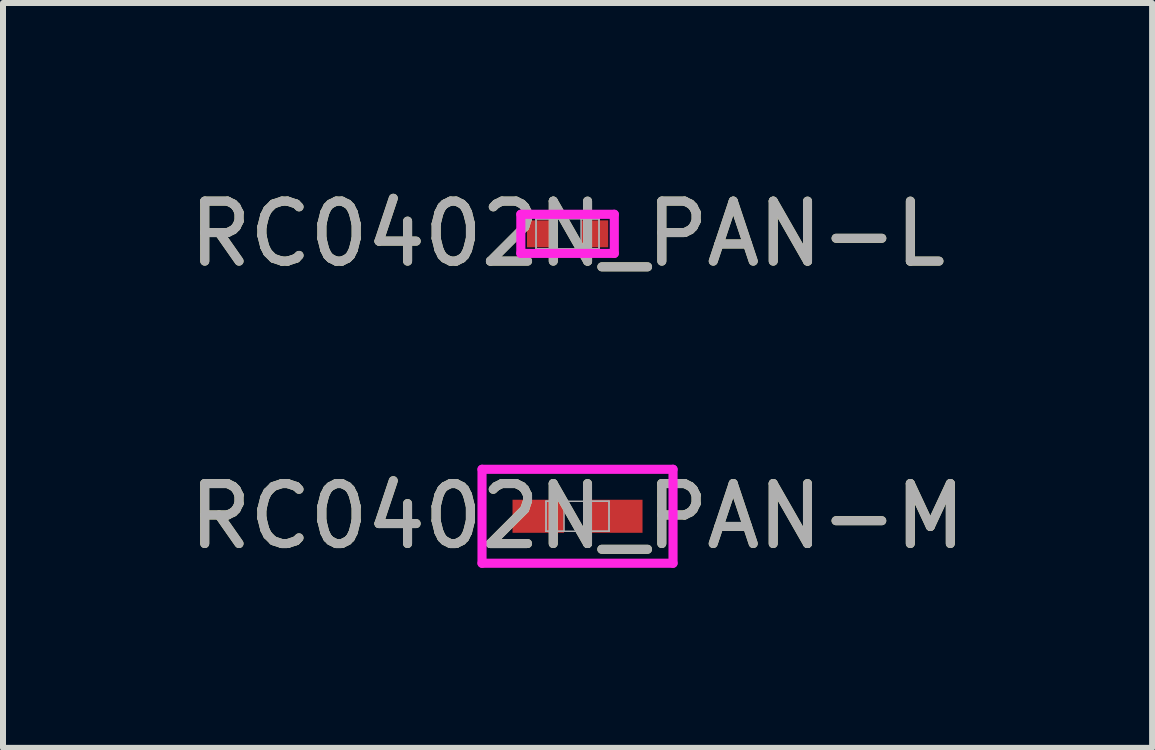
<source format=kicad_pcb>
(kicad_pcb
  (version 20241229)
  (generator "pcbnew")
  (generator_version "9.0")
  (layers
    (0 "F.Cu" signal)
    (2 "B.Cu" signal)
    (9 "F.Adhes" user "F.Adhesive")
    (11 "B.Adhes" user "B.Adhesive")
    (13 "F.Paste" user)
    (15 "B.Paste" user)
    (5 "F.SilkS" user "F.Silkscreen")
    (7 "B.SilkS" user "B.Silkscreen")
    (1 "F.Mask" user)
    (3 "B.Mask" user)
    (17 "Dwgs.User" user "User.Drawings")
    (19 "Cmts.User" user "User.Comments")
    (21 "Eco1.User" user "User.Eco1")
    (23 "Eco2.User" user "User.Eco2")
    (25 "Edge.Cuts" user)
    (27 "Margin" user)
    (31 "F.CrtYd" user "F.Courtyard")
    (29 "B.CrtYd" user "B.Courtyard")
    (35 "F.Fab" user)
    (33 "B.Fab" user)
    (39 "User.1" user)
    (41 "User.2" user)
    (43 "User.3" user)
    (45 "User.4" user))
  (footprint "RC0402N_PAN-M"
    (layer "F.Cu")
    (at 6.577 5.556)
    (property "Reference" "RC0402N_PAN-M" (at 0 0 0) (unlocked yes) (layer "F.SilkS") (effects (font (size 1 1) (thickness 0.15))))
    (attr smd)
    (fp_line (start -1.592 -0.783) (end 1.592 -0.783) (stroke (width 0.152) (type solid)) (layer "F.CrtYd"))
    (fp_line (start -1.592 0.783) (end -1.592 -0.783) (stroke (width 0.152) (type solid)) (layer "F.CrtYd"))
    (fp_line (start 1.592 -0.783) (end 1.592 0.783) (stroke (width 0.152) (type solid)) (layer "F.CrtYd"))
    (fp_line (start 1.592 0.783) (end -1.592 0.783) (stroke (width 0.152) (type solid)) (layer "F.CrtYd"))
    (fp_line (start -0.525 -0.25) (end -0.525 0.25) (stroke (width 0.025) (type solid)) (layer "F.Fab"))
    (fp_line (start -0.525 -0.25) (end -0.525 0.25) (stroke (width 0.025) (type solid)) (layer "F.Fab"))
    (fp_line (start -0.525 0.25) (end -0.225 0.25) (stroke (width 0.025) (type solid)) (layer "F.Fab"))
    (fp_line (start -0.525 0.25) (end 0.525 0.25) (stroke (width 0.025) (type solid)) (layer "F.Fab"))
    (fp_line (start -0.225 -0.25) (end -0.525 -0.25) (stroke (width 0.025) (type solid)) (layer "F.Fab"))
    (fp_line (start -0.225 0.25) (end -0.225 -0.25) (stroke (width 0.025) (type solid)) (layer "F.Fab"))
    (fp_line (start 0.225 -0.25) (end 0.225 0.25) (stroke (width 0.025) (type solid)) (layer "F.Fab"))
    (fp_line (start 0.225 0.25) (end 0.525 0.25) (stroke (width 0.025) (type solid)) (layer "F.Fab"))
    (fp_line (start 0.525 -0.25) (end -0.525 -0.25) (stroke (width 0.025) (type solid)) (layer "F.Fab"))
    (fp_line (start 0.525 -0.25) (end 0.225 -0.25) (stroke (width 0.025) (type solid)) (layer "F.Fab"))
    (fp_line (start 0.525 0.25) (end 0.525 -0.25) (stroke (width 0.025) (type solid)) (layer "F.Fab"))
    (fp_line (start 0.525 0.25) (end 0.525 -0.25) (stroke (width 0.025) (type solid)) (layer "F.Fab"))
    (fp_text user "${REFERENCE}" (at 0 0 0) (unlocked yes) (layer "F.Fab") (effects (font (size 1 1) (thickness 0.15))))
    (pad "1" smd rect (at -0.654 0) (size 0.859 0.551) (layers "F.Cu" "F.Mask" "F.Paste"))
    (pad "2" smd rect (at 0.654 0) (size 0.859 0.551) (layers "F.Cu" "F.Mask" "F.Paste"))
    (zone (net_name "") (layer "F.Cu") (hatch full 0.508) (connect_pads) (min_thickness 0.254) (filled_areas_thickness no) (keepout (tracks not_allowed) (vias not_allowed) (pads allowed) (copperpour not_allowed) (footprints allowed)) (placement (enabled no)) (fill) (polygon (pts (xy 6.403 5.357) (xy 6.752 5.357) (xy 6.752 5.755) (xy 6.403 5.755)))))
  (footprint "RC0402N_PAN-L"
    (layer "F.Cu")
    (at 6.411 0.848)
    (property "Reference" "RC0402N_PAN-L" (at 0 0 0) (unlocked yes) (layer "F.SilkS") (effects (font (size 1 1) (thickness 0.15))))
    (attr smd)
    (fp_line (start -0.779 -0.326) (end 0.779 -0.326) (stroke (width 0.152) (type solid)) (layer "F.CrtYd"))
    (fp_line (start -0.779 0.326) (end -0.779 -0.326) (stroke (width 0.152) (type solid)) (layer "F.CrtYd"))
    (fp_line (start 0.779 -0.326) (end 0.779 0.326) (stroke (width 0.152) (type solid)) (layer "F.CrtYd"))
    (fp_line (start 0.779 0.326) (end -0.779 0.326) (stroke (width 0.152) (type solid)) (layer "F.CrtYd"))
    (fp_line (start -0.525 -0.25) (end -0.525 0.25) (stroke (width 0.025) (type solid)) (layer "F.Fab"))
    (fp_line (start -0.525 -0.25) (end -0.525 0.25) (stroke (width 0.025) (type solid)) (layer "F.Fab"))
    (fp_line (start -0.525 0.25) (end -0.225 0.25) (stroke (width 0.025) (type solid)) (layer "F.Fab"))
    (fp_line (start -0.525 0.25) (end 0.525 0.25) (stroke (width 0.025) (type solid)) (layer "F.Fab"))
    (fp_line (start -0.225 -0.25) (end -0.525 -0.25) (stroke (width 0.025) (type solid)) (layer "F.Fab"))
    (fp_line (start -0.225 0.25) (end -0.225 -0.25) (stroke (width 0.025) (type solid)) (layer "F.Fab"))
    (fp_line (start 0.225 -0.25) (end 0.225 0.25) (stroke (width 0.025) (type solid)) (layer "F.Fab"))
    (fp_line (start 0.225 0.25) (end 0.525 0.25) (stroke (width 0.025) (type solid)) (layer "F.Fab"))
    (fp_line (start 0.525 -0.25) (end -0.525 -0.25) (stroke (width 0.025) (type solid)) (layer "F.Fab"))
    (fp_line (start 0.525 -0.25) (end 0.225 -0.25) (stroke (width 0.025) (type solid)) (layer "F.Fab"))
    (fp_line (start 0.525 0.25) (end 0.525 -0.25) (stroke (width 0.025) (type solid)) (layer "F.Fab"))
    (fp_line (start 0.525 0.25) (end 0.525 -0.25) (stroke (width 0.025) (type solid)) (layer "F.Fab"))
    (fp_text user "${REFERENCE}" (at 0 0 0) (unlocked yes) (layer "F.Fab") (effects (font (size 1 1) (thickness 0.15))))
    (pad "1" smd rect (at -0.451 0) (size 0.452 0.449) (layers "F.Cu" "F.Mask" "F.Paste"))
    (pad "2" smd rect (at 0.451 0) (size 0.452 0.449) (layers "F.Cu" "F.Mask" "F.Paste"))
    (zone (net_name "") (layer "F.Cu") (hatch full 0.508) (connect_pads) (min_thickness 0.254) (filled_areas_thickness no) (keepout (tracks not_allowed) (vias not_allowed) (pads allowed) (copperpour not_allowed) (footprints allowed)) (placement (enabled no)) (fill) (polygon (pts (xy 6.237 0.649) (xy 6.585 0.649) (xy 6.585 1.047) (xy 6.237 1.047)))))
  (gr_rect
    (start -3 -3)
    (end 16.155 9.416)
    (stroke (width 0.1) (type default))
    (fill no)
    (layer "Edge.Cuts")))
</source>
